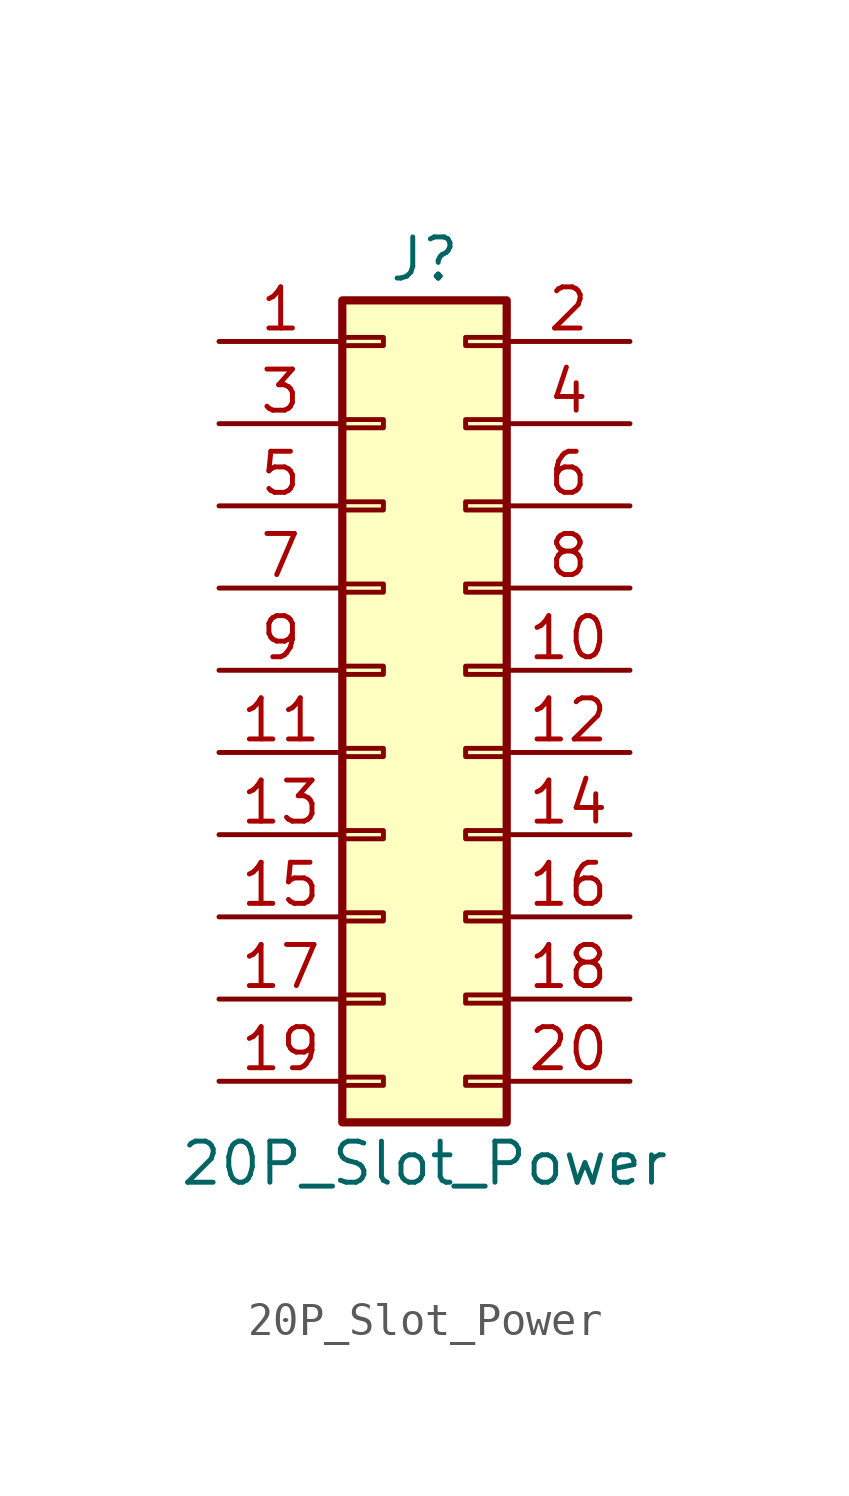
<source format=kicad_sym>
(kicad_symbol_lib
  (version 20231120)
  (generator "kicad_symbol_editor")
  (generator_version "8.0")
  (symbol "20P_Slot_Power"
    (pin_names
      (offset 1.016) hide)
    (property "Reference" "J"
      (at 1.27 12.7 0)
      (effects (font (size 1.27 1.27))))
    (property "Value" "20P_Slot_Power"
      (at 1.27 -15.24 0)
      (effects (font (size 1.27 1.27))))
    (symbol "20P_Slot_Power_1_1"
      (rectangle (start -1.27 -12.573) (end 0 -12.827) (stroke (width 0.152) (type default)) (fill (type none)))
      (rectangle (start -1.27 -10.033) (end 0 -10.287) (stroke (width 0.152) (type default)) (fill (type none)))
      (rectangle (start -1.27 -7.493) (end 0 -7.747) (stroke (width 0.152) (type default)) (fill (type none)))
      (rectangle (start -1.27 -4.953) (end 0 -5.207) (stroke (width 0.152) (type default)) (fill (type none)))
      (rectangle (start -1.27 -2.413) (end 0 -2.667) (stroke (width 0.152) (type default)) (fill (type none)))
      (rectangle (start -1.27 0.127) (end 0 -0.127) (stroke (width 0.152) (type default)) (fill (type none)))
      (rectangle (start -1.27 2.667) (end 0 2.413) (stroke (width 0.152) (type default)) (fill (type none)))
      (rectangle (start -1.27 5.207) (end 0 4.953) (stroke (width 0.152) (type default)) (fill (type none)))
      (rectangle (start -1.27 7.747) (end 0 7.493) (stroke (width 0.152) (type default)) (fill (type none)))
      (rectangle (start -1.27 10.287) (end 0 10.033) (stroke (width 0.152) (type default)) (fill (type none)))
      (rectangle (start -1.27 11.43) (end 3.81 -13.97) (stroke (width 0.254) (type default)) (fill (type background)))
      (rectangle (start 3.81 -12.573) (end 2.54 -12.827) (stroke (width 0.152) (type default)) (fill (type none)))
      (rectangle (start 3.81 -10.033) (end 2.54 -10.287) (stroke (width 0.152) (type default)) (fill (type none)))
      (rectangle (start 3.81 -7.493) (end 2.54 -7.747) (stroke (width 0.152) (type default)) (fill (type none)))
      (rectangle (start 3.81 -4.953) (end 2.54 -5.207) (stroke (width 0.152) (type default)) (fill (type none)))
      (rectangle (start 3.81 -2.413) (end 2.54 -2.667) (stroke (width 0.152) (type default)) (fill (type none)))
      (rectangle (start 3.81 0.127) (end 2.54 -0.127) (stroke (width 0.152) (type default)) (fill (type none)))
      (rectangle (start 3.81 2.667) (end 2.54 2.413) (stroke (width 0.152) (type default)) (fill (type none)))
      (rectangle (start 3.81 5.207) (end 2.54 4.953) (stroke (width 0.152) (type default)) (fill (type none)))
      (rectangle (start 3.81 7.747) (end 2.54 7.493) (stroke (width 0.152) (type default)) (fill (type none)))
      (rectangle (start 3.81 10.287) (end 2.54 10.033) (stroke (width 0.152) (type default)) (fill (type none)))
      (pin passive line (at -5.08 10.16 0) (length 3.81) (name "Pin_1" (effects (font (size 1.27 1.27)))) (number "1" (effects (font (size 1.27 1.27)))))
      (pin passive line (at 7.62 0 180) (length 3.81) (name "Pin_10" (effects (font (size 1.27 1.27)))) (number "10" (effects (font (size 1.27 1.27)))))
      (pin passive line (at -5.08 -2.54 0) (length 3.81) (name "Pin_11" (effects (font (size 1.27 1.27)))) (number "11" (effects (font (size 1.27 1.27)))))
      (pin passive line (at 7.62 -2.54 180) (length 3.81) (name "Pin_12" (effects (font (size 1.27 1.27)))) (number "12" (effects (font (size 1.27 1.27)))))
      (pin passive line (at -5.08 -5.08 0) (length 3.81) (name "Pin_13" (effects (font (size 1.27 1.27)))) (number "13" (effects (font (size 1.27 1.27)))))
      (pin passive line (at 7.62 -5.08 180) (length 3.81) (name "Pin_14" (effects (font (size 1.27 1.27)))) (number "14" (effects (font (size 1.27 1.27)))))
      (pin passive line (at -5.08 -7.62 0) (length 3.81) (name "Pin_15" (effects (font (size 1.27 1.27)))) (number "15" (effects (font (size 1.27 1.27)))))
      (pin passive line (at 7.62 -7.62 180) (length 3.81) (name "Pin_16" (effects (font (size 1.27 1.27)))) (number "16" (effects (font (size 1.27 1.27)))))
      (pin passive line (at -5.08 -10.16 0) (length 3.81) (name "Pin_17" (effects (font (size 1.27 1.27)))) (number "17" (effects (font (size 1.27 1.27)))))
      (pin passive line (at 7.62 -10.16 180) (length 3.81) (name "Pin_18" (effects (font (size 1.27 1.27)))) (number "18" (effects (font (size 1.27 1.27)))))
      (pin passive line (at -5.08 -12.7 0) (length 3.81) (name "Pin_19" (effects (font (size 1.27 1.27)))) (number "19" (effects (font (size 1.27 1.27)))))
      (pin passive line (at 7.62 10.16 180) (length 3.81) (name "Pin_2" (effects (font (size 1.27 1.27)))) (number "2" (effects (font (size 1.27 1.27)))))
      (pin passive line (at 7.62 -12.7 180) (length 3.81) (name "Pin_20" (effects (font (size 1.27 1.27)))) (number "20" (effects (font (size 1.27 1.27)))))
      (pin passive line (at -5.08 7.62 0) (length 3.81) (name "Pin_3" (effects (font (size 1.27 1.27)))) (number "3" (effects (font (size 1.27 1.27)))))
      (pin passive line (at 7.62 7.62 180) (length 3.81) (name "Pin_4" (effects (font (size 1.27 1.27)))) (number "4" (effects (font (size 1.27 1.27)))))
      (pin passive line (at -5.08 5.08 0) (length 3.81) (name "Pin_5" (effects (font (size 1.27 1.27)))) (number "5" (effects (font (size 1.27 1.27)))))
      (pin passive line (at 7.62 5.08 180) (length 3.81) (name "Pin_6" (effects (font (size 1.27 1.27)))) (number "6" (effects (font (size 1.27 1.27)))))
      (pin passive line (at -5.08 2.54 0) (length 3.81) (name "Pin_7" (effects (font (size 1.27 1.27)))) (number "7" (effects (font (size 1.27 1.27)))))
      (pin passive line (at 7.62 2.54 180) (length 3.81) (name "Pin_8" (effects (font (size 1.27 1.27)))) (number "8" (effects (font (size 1.27 1.27)))))
      (pin passive line (at -5.08 0 0) (length 3.81) (name "Pin_9" (effects (font (size 1.27 1.27)))) (number "9" (effects (font (size 1.27 1.27))))))))
</source>
